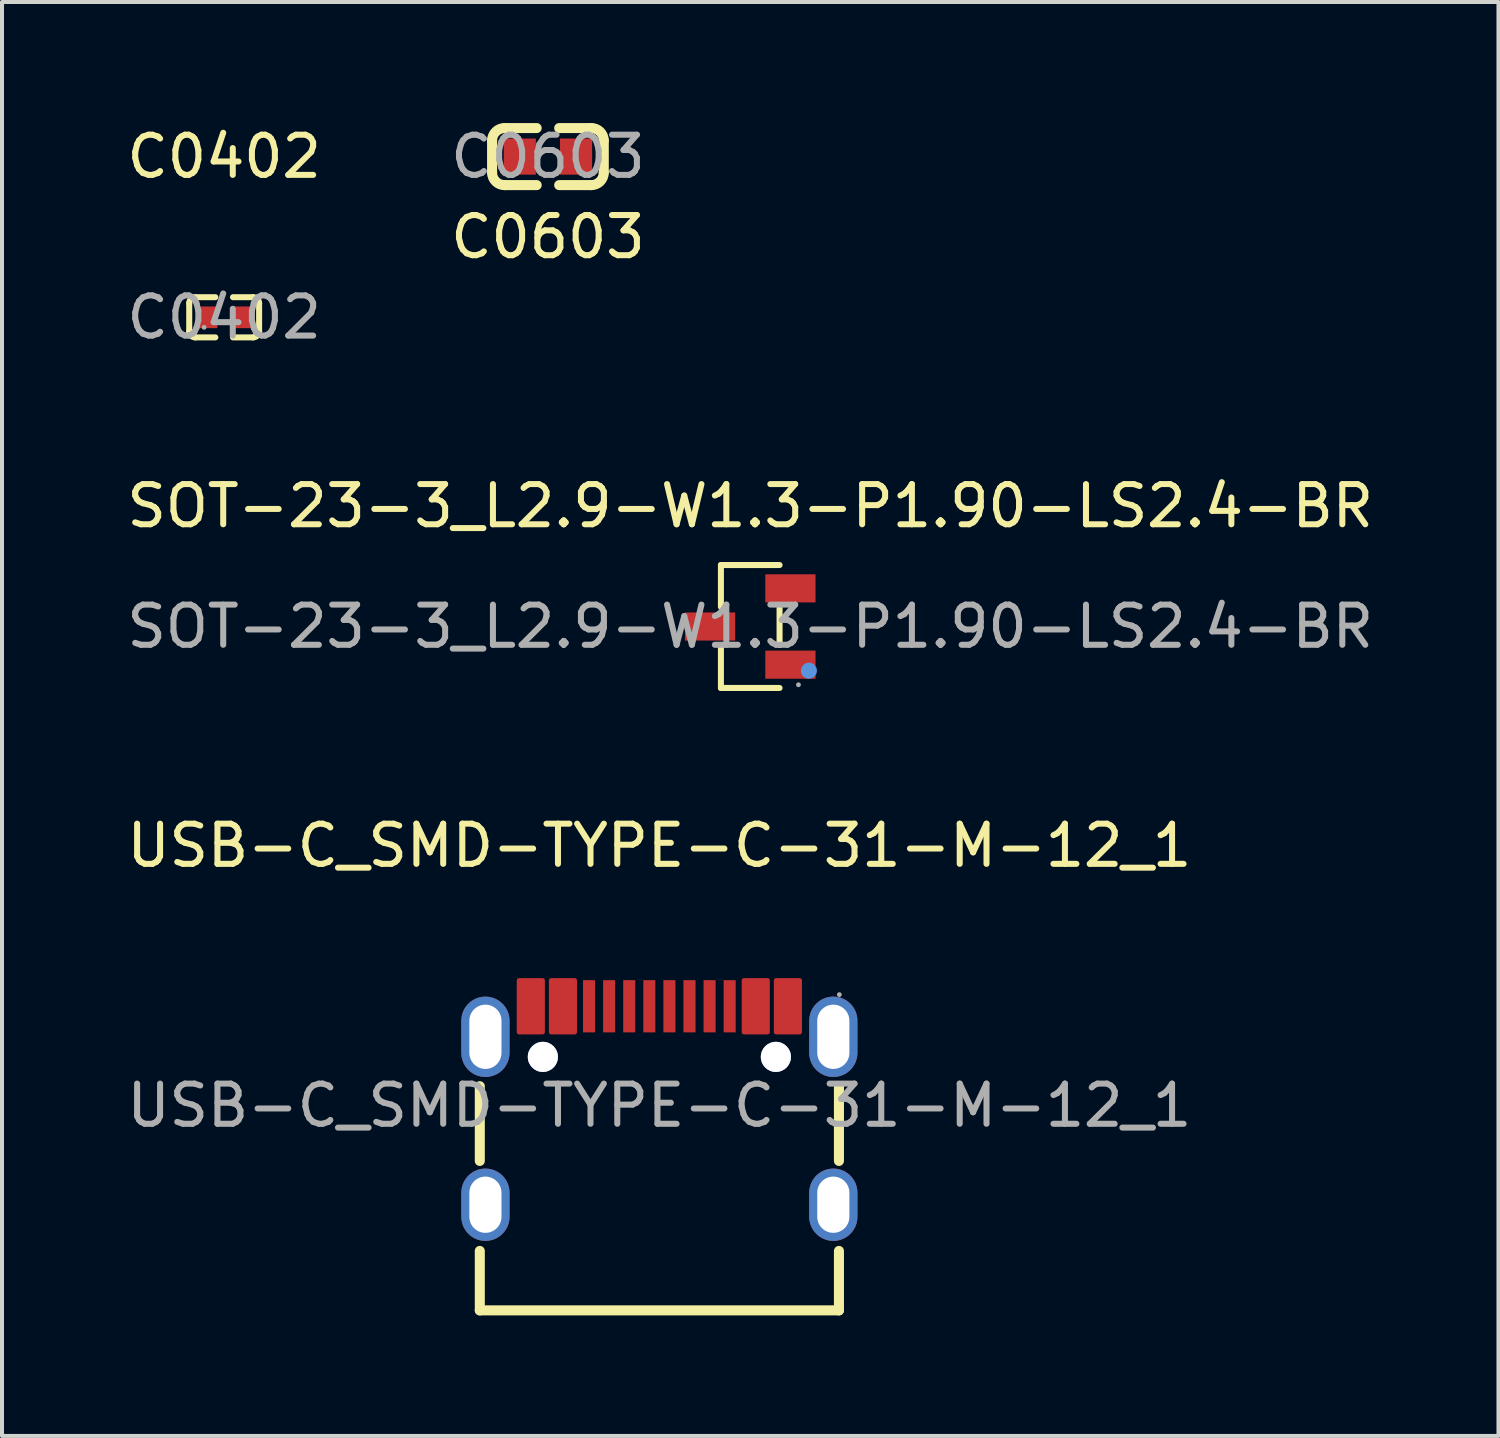
<source format=kicad_pcb>
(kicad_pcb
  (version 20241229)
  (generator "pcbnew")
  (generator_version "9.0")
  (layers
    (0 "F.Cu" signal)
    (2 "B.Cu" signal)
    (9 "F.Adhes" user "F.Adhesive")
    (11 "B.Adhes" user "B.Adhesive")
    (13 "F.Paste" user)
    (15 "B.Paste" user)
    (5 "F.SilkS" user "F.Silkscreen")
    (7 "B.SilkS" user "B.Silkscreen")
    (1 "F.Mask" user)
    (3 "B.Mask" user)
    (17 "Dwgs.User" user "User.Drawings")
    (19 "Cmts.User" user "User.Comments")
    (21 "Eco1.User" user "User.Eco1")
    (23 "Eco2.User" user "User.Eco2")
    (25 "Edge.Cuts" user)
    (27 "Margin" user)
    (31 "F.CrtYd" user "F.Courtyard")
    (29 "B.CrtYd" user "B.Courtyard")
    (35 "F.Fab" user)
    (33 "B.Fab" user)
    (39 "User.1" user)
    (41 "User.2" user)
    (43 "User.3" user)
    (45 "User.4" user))
  (footprint "C0603"
    (layer "F.Cu")
    (at 10.589 0.848)
    (property "Reference" "C0603" (at 0 2 0) (layer "F.SilkS") (effects (font (size 1 1) (thickness 0.15))))
    (attr smd)
    (fp_line (start -1.39 0.4) (end -1.39 -0.4) (stroke (width 0.25) (type solid)) (layer "F.SilkS"))
    (fp_line (start -0.28 -0.71) (end -1.08 -0.71) (stroke (width 0.25) (type solid)) (layer "F.SilkS"))
    (fp_line (start -0.28 0.71) (end -1.08 0.71) (stroke (width 0.25) (type solid)) (layer "F.SilkS"))
    (fp_line (start 0.28 -0.71) (end 1.08 -0.71) (stroke (width 0.25) (type solid)) (layer "F.SilkS"))
    (fp_line (start 0.28 0.71) (end 1.08 0.71) (stroke (width 0.25) (type solid)) (layer "F.SilkS"))
    (fp_line (start 1.39 -0.4) (end 1.39 0.4) (stroke (width 0.25) (type solid)) (layer "F.SilkS"))
    (fp_arc (start -1.39 -0.4) (mid -1.299203 -0.619203) (end -1.08 -0.71) (stroke (width 0.25) (type solid)) (layer "F.SilkS"))
    (fp_arc (start -1.08 0.71) (mid -1.299203 0.619203) (end -1.39 0.4) (stroke (width 0.25) (type solid)) (layer "F.SilkS"))
    (fp_arc (start 1.08 -0.71) (mid 1.299203 -0.619203) (end 1.39 -0.4) (stroke (width 0.25) (type solid)) (layer "F.SilkS"))
    (fp_arc (start 1.39 0.4) (mid 1.299203 0.619203) (end 1.08 0.71) (stroke (width 0.25) (type solid)) (layer "F.SilkS"))
    (fp_circle (center -0.8 0.4) (end -0.77 0.4) (stroke (width 0.06) (type solid)) (fill no) (layer "F.Fab"))
    (fp_text user "${REFERENCE}" (at 0 0 0) (layer "F.Fab") (effects (font (size 1 1) (thickness 0.15))))
    (pad "1" smd rect (at -0.7 0) (size 0.8 0.9) (layers "F.Cu" "F.Mask" "F.Paste"))
    (pad "2" smd rect (at 0.7 0) (size 0.8 0.9) (layers "F.Cu" "F.Mask" "F.Paste")))
  (footprint "USB-C_SMD-TYPE-C-31-M-12_1"
    (layer "F.Cu")
    (at 13.363 24.468)
    (property "Reference" "USB-C_SMD-TYPE-C-31-M-12_1" (at 0 -6.47 0) (layer "F.SilkS") (effects (font (size 1 1) (thickness 0.15))))
    (attr smd)
    (fp_line (start -4.47 1.38) (end -4.47 -0.48) (stroke (width 0.25) (type solid)) (layer "F.SilkS"))
    (fp_line (start -4.47 5.1) (end -4.47 3.62) (stroke (width 0.25) (type solid)) (layer "F.SilkS"))
    (fp_line (start 4.47 1.38) (end 4.47 -0.48) (stroke (width 0.25) (type solid)) (layer "F.SilkS"))
    (fp_line (start 4.47 5.1) (end -4.47 5.1) (stroke (width 0.25) (type solid)) (layer "F.SilkS"))
    (fp_line (start 4.47 5.1) (end 4.47 3.62) (stroke (width 0.25) (type solid)) (layer "F.SilkS"))
    (fp_circle (center -2.9 -1.21) (end -2.78 -1.21) (stroke (width 0.25) (type solid)) (fill no) (layer "Cmts.User"))
    (fp_circle (center 2.9 -1.21) (end 3.02 -1.21) (stroke (width 0.25) (type solid)) (fill no) (layer "Cmts.User"))
    (fp_circle (center 4.48 -2.76) (end 4.51 -2.76) (stroke (width 0.06) (type solid)) (fill no) (layer "F.Fab"))
    (fp_text user "${REFERENCE}" (at 0 0 0) (layer "F.Fab") (effects (font (size 1 1) (thickness 0.15))))
    (pad "" thru_hole circle (at -2.9 -1.21) (size 0.75 0.75) (drill 0.75) (layers "*.Cu" "*.Mask"))
    (pad "" thru_hole circle (at 2.9 -1.21) (size 0.75 0.75) (drill 0.75) (layers "*.Cu" "*.Mask"))
    (pad "1" thru_hole oval (at 4.33 -1.71) (size 1.2 2) (drill oval 0.8 1.6) (layers "*.Cu" "*.Mask"))
    (pad "2" thru_hole oval (at 4.33 2.47) (size 1.2 1.8) (drill oval 0.8 1.4) (layers "*.Cu" "*.Mask"))
    (pad "3" thru_hole oval (at -4.33 2.47) (size 1.2 1.8) (drill oval 0.8 1.4) (layers "*.Cu" "*.Mask"))
    (pad "4" thru_hole oval (at -4.33 -1.71) (size 1.2 2) (drill oval 0.8 1.6) (layers "*.Cu" "*.Mask"))
    (pad "A1B12" smd custom (at -3.2 -2.47) (size 0.01 0.01) (layers "F.Cu" "F.Mask" "F.Paste") (options (anchor circle)) (primitives (gr_poly (pts (xy 0.3 0.65) (xy 0.3 -0.65) (xy 0 -0.65) (xy -0.3 -0.65) (xy -0.3 0.65) (xy 0 0.65) (xy 0.3 0.65)) (width 0.1) (fill yes))))
    (pad "A4B9" smd custom (at -2.4 -2.47) (size 0.01 0.01) (layers "F.Cu" "F.Mask" "F.Paste") (options (anchor circle)) (primitives (gr_poly (pts (xy 0.3 0.65) (xy 0.3 -0.65) (xy 0 -0.65) (xy -0.3 -0.65) (xy -0.3 0.65) (xy 0 0.65) (xy 0.3 0.65)) (width 0.1) (fill yes))))
    (pad "A5" smd rect (at -1.25 -2.47) (size 0.3 1.3) (layers "F.Cu" "F.Mask" "F.Paste"))
    (pad "A6" smd rect (at -0.25 -2.47) (size 0.3 1.3) (layers "F.Cu" "F.Mask" "F.Paste"))
    (pad "A7" smd rect (at 0.25 -2.47) (size 0.3 1.3) (layers "F.Cu" "F.Mask" "F.Paste"))
    (pad "A8" smd rect (at 1.25 -2.47) (size 0.3 1.3) (layers "F.Cu" "F.Mask" "F.Paste"))
    (pad "B1A12" smd custom (at 3.2 -2.47) (size 0.01 0.01) (layers "F.Cu" "F.Mask" "F.Paste") (options (anchor circle)) (primitives (gr_poly (pts (xy -0.3 -0.65) (xy -0.3 0.65) (xy -0.01 0.65) (xy 0 0.65) (xy 0.3 0.65) (xy 0.3 -0.65) (xy 0 -0.65) (xy -0.01 -0.65) (xy -0.3 -0.65)) (width 0.1) (fill yes))))
    (pad "B4A9" smd custom (at 2.4 -2.47) (size 0.01 0.01) (layers "F.Cu" "F.Mask" "F.Paste") (options (anchor circle)) (primitives (gr_poly (pts (xy 0.3 0.65) (xy 0.3 -0.65) (xy 0 -0.65) (xy -0.3 -0.65) (xy -0.3 0.65) (xy 0 0.65) (xy 0.3 0.65)) (width 0.1) (fill yes))))
    (pad "B5" smd rect (at 1.75 -2.47) (size 0.3 1.3) (layers "F.Cu" "F.Mask" "F.Paste"))
    (pad "B6" smd rect (at 0.75 -2.47) (size 0.3 1.3) (layers "F.Cu" "F.Mask" "F.Paste"))
    (pad "B7" smd rect (at -0.75 -2.47) (size 0.3 1.3) (layers "F.Cu" "F.Mask" "F.Paste"))
    (pad "B8" smd rect (at -1.75 -2.47) (size 0.3 1.3) (layers "F.Cu" "F.Mask" "F.Paste")))
  (footprint "C0402"
    (layer "F.Cu")
    (at 2.53 4.848)
    (property "Reference" "C0402" (at 0 -4 0) (layer "F.SilkS") (effects (font (size 1 1) (thickness 0.15))))
    (attr smd)
    (fp_line (start -0.87 0.35) (end -0.87 -0.35) (stroke (width 0.15) (type solid)) (layer "F.SilkS"))
    (fp_line (start -0.72 -0.5) (end -0.22 -0.5) (stroke (width 0.15) (type solid)) (layer "F.SilkS"))
    (fp_line (start -0.22 0.5) (end -0.72 0.5) (stroke (width 0.15) (type solid)) (layer "F.SilkS"))
    (fp_line (start 0.22 -0.5) (end 0.72 -0.5) (stroke (width 0.15) (type solid)) (layer "F.SilkS"))
    (fp_line (start 0.72 0.5) (end 0.22 0.5) (stroke (width 0.15) (type solid)) (layer "F.SilkS"))
    (fp_line (start 0.87 -0.35) (end 0.87 0.35) (stroke (width 0.15) (type solid)) (layer "F.SilkS"))
    (fp_arc (start -0.87 -0.35) (mid -0.826066 -0.456066) (end -0.72 -0.5) (stroke (width 0.15) (type solid)) (layer "F.SilkS"))
    (fp_arc (start -0.72 0.5) (mid -0.826066 0.456066) (end -0.87 0.35) (stroke (width 0.15) (type solid)) (layer "F.SilkS"))
    (fp_arc (start 0.72 -0.5) (mid 0.826066 -0.456066) (end 0.87 -0.35) (stroke (width 0.15) (type solid)) (layer "F.SilkS"))
    (fp_arc (start 0.87 0.35) (mid 0.826066 0.456066) (end 0.72 0.5) (stroke (width 0.15) (type solid)) (layer "F.SilkS"))
    (fp_circle (center -0.5 0.25) (end -0.47 0.25) (stroke (width 0.06) (type solid)) (fill no) (layer "F.Fab"))
    (fp_text user "${REFERENCE}" (at 0 0 0) (layer "F.Fab") (effects (font (size 1 1) (thickness 0.15))))
    (pad "1" smd rect (at -0.42 0) (size 0.5 0.54) (layers "F.Cu" "F.Mask" "F.Paste"))
    (pad "2" smd rect (at 0.42 0) (size 0.5 0.54) (layers "F.Cu" "F.Mask" "F.Paste")))
  (footprint "SOT-23-3_L2.9-W1.3-P1.90-LS2.4-BR"
    (layer "F.Cu")
    (at 15.625 12.545)
    (property "Reference" "SOT-23-3_L2.9-W1.3-P1.90-LS2.4-BR" (at 0 -3 0) (layer "F.SilkS") (effects (font (size 1 1) (thickness 0.15))))
    (attr smd)
    (fp_line (start -0.73 -1.53) (end -0.73 -0.49) (stroke (width 0.15) (type solid)) (layer "F.SilkS"))
    (fp_line (start -0.73 1.53) (end -0.73 0.49) (stroke (width 0.15) (type solid)) (layer "F.SilkS"))
    (fp_line (start 0.73 -1.53) (end -0.73 -1.53) (stroke (width 0.15) (type solid)) (layer "F.SilkS"))
    (fp_line (start 0.73 -0.46) (end 0.73 0.46) (stroke (width 0.15) (type solid)) (layer "F.SilkS"))
    (fp_line (start 0.73 1.53) (end -0.73 1.53) (stroke (width 0.15) (type solid)) (layer "F.SilkS"))
    (fp_circle (center 1.46 1.1) (end 1.56 1.1) (stroke (width 0.2) (type solid)) (fill no) (layer "Cmts.User"))
    (fp_circle (center 1.2 1.45) (end 1.23 1.45) (stroke (width 0.06) (type solid)) (fill no) (layer "F.Fab"))
    (fp_text user "${REFERENCE}" (at 0 0 0) (layer "F.Fab") (effects (font (size 1 1) (thickness 0.15))))
    (pad "1" smd rect (at 1 0.95) (size 1.25 0.7) (layers "F.Cu" "F.Mask" "F.Paste"))
    (pad "2" smd rect (at 1 -0.95) (size 1.25 0.7) (layers "F.Cu" "F.Mask" "F.Paste"))
    (pad "3" smd rect (at -1 0) (size 1.25 0.7) (layers "F.Cu" "F.Mask" "F.Paste")))
  (gr_rect
    (start -3 -3)
    (end 34.25 32.693)
    (stroke (width 0.1) (type default))
    (fill no)
    (layer "Edge.Cuts")))
</source>
